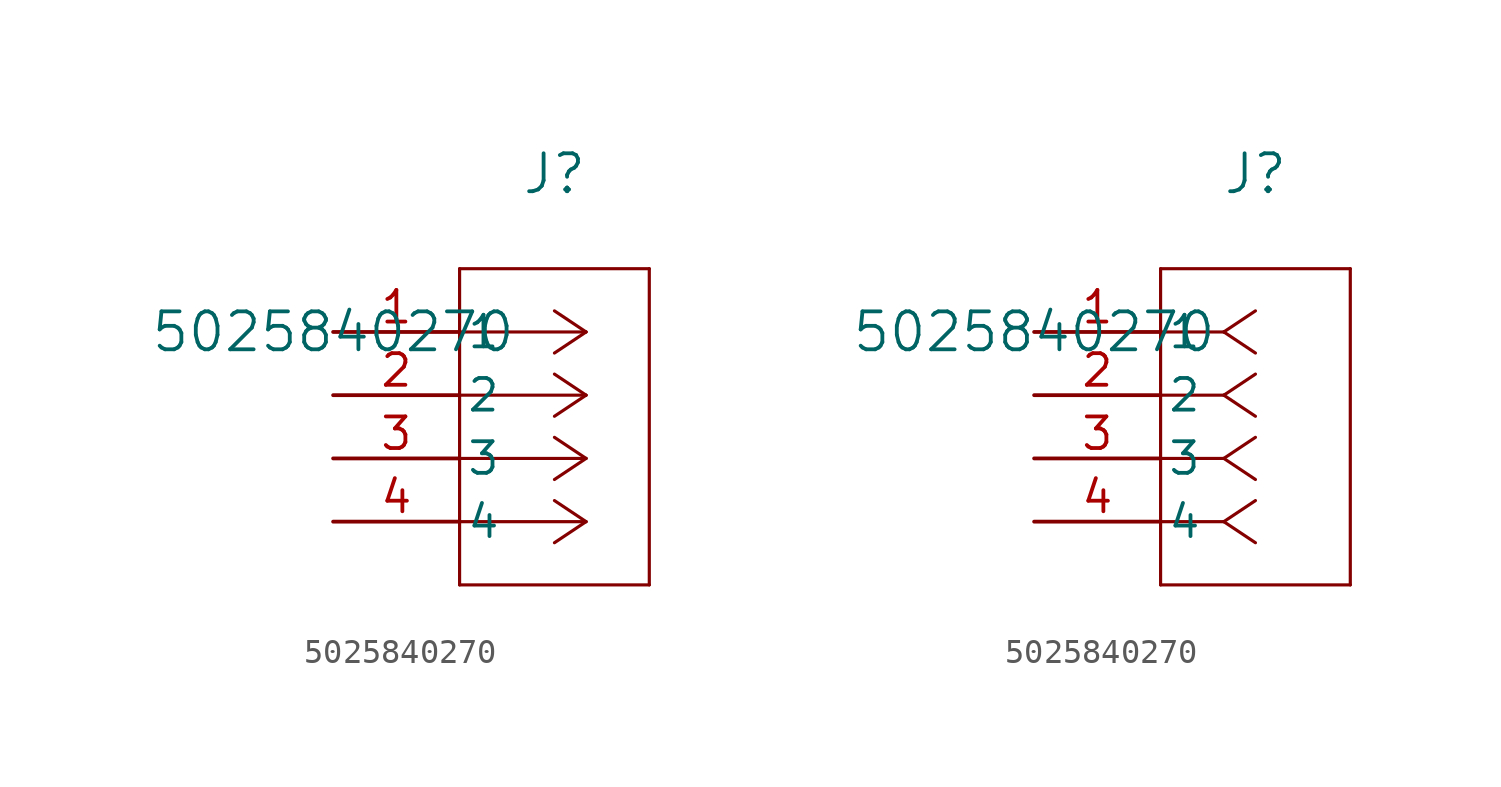
<source format=kicad_sym>
(kicad_symbol_lib
  (version 20211014)
  (generator kicad_symbol_editor)
  (symbol "5025840270"
    (pin_names
      (offset 0.254))
    (property "Reference" "J"
      (at 8.89 6.35 0)
      (effects (font (size 1.524 1.524))))
    (property "Value" "5025840270"
      (at 0 0 0)
      (effects (font (size 1.524 1.524))))
    (symbol "5025840270_1_1"
      (polyline (pts (xy 10.16 0) (xy 5.08 0)) (stroke (width 0.127) (type default) (color 0 0 0 0)) (fill (type none)))
      (polyline (pts (xy 10.16 -2.54) (xy 5.08 -2.54)) (stroke (width 0.127) (type default) (color 0 0 0 0)) (fill (type none)))
      (polyline (pts (xy 10.16 -5.08) (xy 5.08 -5.08)) (stroke (width 0.127) (type default) (color 0 0 0 0)) (fill (type none)))
      (polyline (pts (xy 10.16 -7.62) (xy 5.08 -7.62)) (stroke (width 0.127) (type default) (color 0 0 0 0)) (fill (type none)))
      (polyline (pts (xy 10.16 0) (xy 8.89 0.847)) (stroke (width 0.127) (type default) (color 0 0 0 0)) (fill (type none)))
      (polyline (pts (xy 10.16 -2.54) (xy 8.89 -1.693)) (stroke (width 0.127) (type default) (color 0 0 0 0)) (fill (type none)))
      (polyline (pts (xy 10.16 -5.08) (xy 8.89 -4.233)) (stroke (width 0.127) (type default) (color 0 0 0 0)) (fill (type none)))
      (polyline (pts (xy 10.16 -7.62) (xy 8.89 -6.773)) (stroke (width 0.127) (type default) (color 0 0 0 0)) (fill (type none)))
      (polyline (pts (xy 10.16 0) (xy 8.89 -0.847)) (stroke (width 0.127) (type default) (color 0 0 0 0)) (fill (type none)))
      (polyline (pts (xy 10.16 -2.54) (xy 8.89 -3.387)) (stroke (width 0.127) (type default) (color 0 0 0 0)) (fill (type none)))
      (polyline (pts (xy 10.16 -5.08) (xy 8.89 -5.927)) (stroke (width 0.127) (type default) (color 0 0 0 0)) (fill (type none)))
      (polyline (pts (xy 10.16 -7.62) (xy 8.89 -8.467)) (stroke (width 0.127) (type default) (color 0 0 0 0)) (fill (type none)))
      (polyline (pts (xy 5.08 2.54) (xy 5.08 -10.16)) (stroke (width 0.127) (type default) (color 0 0 0 0)) (fill (type none)))
      (polyline (pts (xy 5.08 -10.16) (xy 12.7 -10.16)) (stroke (width 0.127) (type default) (color 0 0 0 0)) (fill (type none)))
      (polyline (pts (xy 12.7 -10.16) (xy 12.7 2.54)) (stroke (width 0.127) (type default) (color 0 0 0 0)) (fill (type none)))
      (polyline (pts (xy 12.7 2.54) (xy 5.08 2.54)) (stroke (width 0.127) (type default) (color 0 0 0 0)) (fill (type none)))
      (pin unspecified line (at 0 0 0) (length 5.08) (name "1" (effects (font (size 1.27 1.27)))) (number "1" (effects (font (size 1.27 1.27)))))
      (pin unspecified line (at 0 -2.54 0) (length 5.08) (name "2" (effects (font (size 1.27 1.27)))) (number "2" (effects (font (size 1.27 1.27)))))
      (pin unspecified line (at 0 -5.08 0) (length 5.08) (name "3" (effects (font (size 1.27 1.27)))) (number "3" (effects (font (size 1.27 1.27)))))
      (pin unspecified line (at 0 -7.62 0) (length 5.08) (name "4" (effects (font (size 1.27 1.27)))) (number "4" (effects (font (size 1.27 1.27))))))
    (symbol "5025840270_1_2"
      (polyline (pts (xy 7.62 0) (xy 5.08 0)) (stroke (width 0.127) (type default) (color 0 0 0 0)) (fill (type none)))
      (polyline (pts (xy 7.62 -2.54) (xy 5.08 -2.54)) (stroke (width 0.127) (type default) (color 0 0 0 0)) (fill (type none)))
      (polyline (pts (xy 7.62 -5.08) (xy 5.08 -5.08)) (stroke (width 0.127) (type default) (color 0 0 0 0)) (fill (type none)))
      (polyline (pts (xy 7.62 -7.62) (xy 5.08 -7.62)) (stroke (width 0.127) (type default) (color 0 0 0 0)) (fill (type none)))
      (polyline (pts (xy 7.62 0) (xy 8.89 0.847)) (stroke (width 0.127) (type default) (color 0 0 0 0)) (fill (type none)))
      (polyline (pts (xy 7.62 -2.54) (xy 8.89 -1.693)) (stroke (width 0.127) (type default) (color 0 0 0 0)) (fill (type none)))
      (polyline (pts (xy 7.62 -5.08) (xy 8.89 -4.233)) (stroke (width 0.127) (type default) (color 0 0 0 0)) (fill (type none)))
      (polyline (pts (xy 7.62 -7.62) (xy 8.89 -6.773)) (stroke (width 0.127) (type default) (color 0 0 0 0)) (fill (type none)))
      (polyline (pts (xy 7.62 0) (xy 8.89 -0.847)) (stroke (width 0.127) (type default) (color 0 0 0 0)) (fill (type none)))
      (polyline (pts (xy 7.62 -2.54) (xy 8.89 -3.387)) (stroke (width 0.127) (type default) (color 0 0 0 0)) (fill (type none)))
      (polyline (pts (xy 7.62 -5.08) (xy 8.89 -5.927)) (stroke (width 0.127) (type default) (color 0 0 0 0)) (fill (type none)))
      (polyline (pts (xy 7.62 -7.62) (xy 8.89 -8.467)) (stroke (width 0.127) (type default) (color 0 0 0 0)) (fill (type none)))
      (polyline (pts (xy 5.08 2.54) (xy 5.08 -10.16)) (stroke (width 0.127) (type default) (color 0 0 0 0)) (fill (type none)))
      (polyline (pts (xy 5.08 -10.16) (xy 12.7 -10.16)) (stroke (width 0.127) (type default) (color 0 0 0 0)) (fill (type none)))
      (polyline (pts (xy 12.7 -10.16) (xy 12.7 2.54)) (stroke (width 0.127) (type default) (color 0 0 0 0)) (fill (type none)))
      (polyline (pts (xy 12.7 2.54) (xy 5.08 2.54)) (stroke (width 0.127) (type default) (color 0 0 0 0)) (fill (type none)))
      (pin unspecified line (at 0 0 0) (length 5.08) (name "1" (effects (font (size 1.27 1.27)))) (number "1" (effects (font (size 1.27 1.27)))))
      (pin unspecified line (at 0 -2.54 0) (length 5.08) (name "2" (effects (font (size 1.27 1.27)))) (number "2" (effects (font (size 1.27 1.27)))))
      (pin unspecified line (at 0 -5.08 0) (length 5.08) (name "3" (effects (font (size 1.27 1.27)))) (number "3" (effects (font (size 1.27 1.27)))))
      (pin unspecified line (at 0 -7.62 0) (length 5.08) (name "4" (effects (font (size 1.27 1.27)))) (number "4" (effects (font (size 1.27 1.27))))))))
</source>
